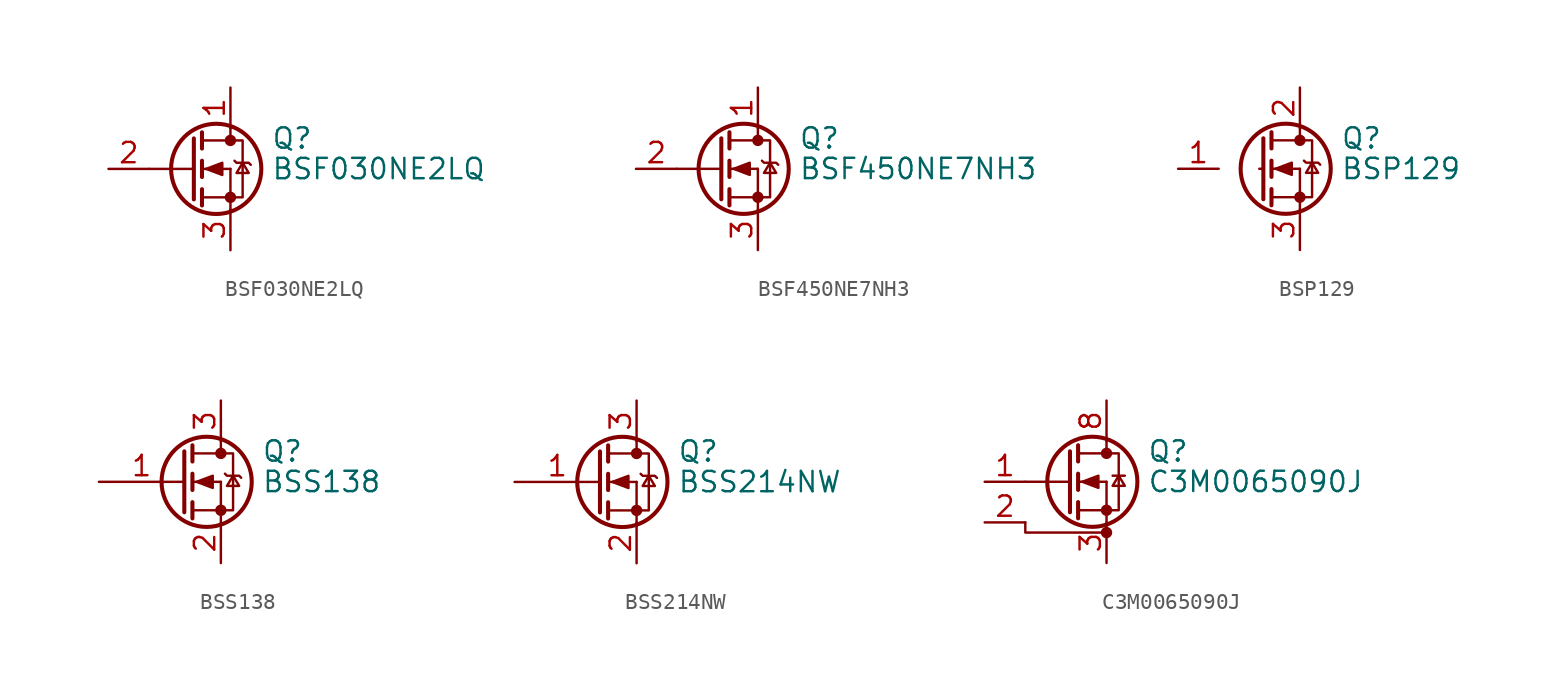
<source format=kicad_sym>
(kicad_symbol_lib
  (version 20201005)
  (generator kicad_symbol_editor)
  (symbol "BSF030NE2LQ"
    (pin_names
      (offset 0) hide)
    (property "Reference" "Q"
      (at 5.08 1.905 0)
      (effects (font (size 1.27 1.27)) (justify left)))
    (property "Value" "BSF030NE2LQ"
      (at 5.08 0 0)
      (effects (font (size 1.27 1.27)) (justify left)))
    (symbol "BSF030NE2LQ_0_1"
      (circle (center 1.651 0) (radius 2.819) (stroke (width 0.254)) (fill (type none)))
      (circle (center 2.54 -1.778) (radius 0.279) (stroke (width 0)) (fill (type outline)))
      (circle (center 2.54 1.778) (radius 0.279) (stroke (width 0)) (fill (type outline)))
      (polyline (pts (xy -2.54 0) (xy 0.254 0)) (stroke (width 0)) (fill (type none)))
      (polyline (pts (xy 0.762 -1.778) (xy 2.54 -1.778)) (stroke (width 0)) (fill (type none)))
      (polyline (pts (xy 0.762 -1.27) (xy 0.762 -2.286)) (stroke (width 0.254)) (fill (type none)))
      (polyline (pts (xy 0.762 0) (xy 2.54 0)) (stroke (width 0)) (fill (type none)))
      (polyline (pts (xy 0.762 0.508) (xy 0.762 -0.508)) (stroke (width 0.254)) (fill (type none)))
      (polyline (pts (xy 0.762 1.778) (xy 2.54 1.778)) (stroke (width 0)) (fill (type none)))
      (polyline (pts (xy 0.762 2.286) (xy 0.762 1.27)) (stroke (width 0.254)) (fill (type none)))
      (polyline (pts (xy 2.54 -1.778) (xy 2.54 -2.54)) (stroke (width 0)) (fill (type none)))
      (polyline (pts (xy 2.54 -1.778) (xy 2.54 0)) (stroke (width 0)) (fill (type none)))
      (polyline (pts (xy 2.54 2.54) (xy 2.54 1.778)) (stroke (width 0)) (fill (type none)))
      (polyline (pts (xy 0.254 1.905) (xy 0.254 -1.905) (xy 0.254 -1.905)) (stroke (width 0.254)) (fill (type none)))
      (polyline (pts (xy 1.016 0) (xy 2.032 0.381) (xy 2.032 -0.381) (xy 1.016 0)) (stroke (width 0)) (fill (type outline)))
      (polyline (pts (xy 2.54 -1.778) (xy 3.302 -1.778) (xy 3.302 1.778) (xy 2.54 1.778)) (stroke (width 0)) (fill (type none)))
      (polyline (pts (xy 2.794 0.508) (xy 2.921 0.381) (xy 3.683 0.381) (xy 3.81 0.254)) (stroke (width 0)) (fill (type none)))
      (polyline (pts (xy 3.302 0.381) (xy 2.921 -0.254) (xy 3.683 -0.254) (xy 3.302 0.381)) (stroke (width 0)) (fill (type none))))
    (symbol "BSF030NE2LQ_1_1"
      (pin passive line (at 2.54 5.08 270) (length 2.54) (name "D" (effects (font (size 1.27 1.27)))) (number "1" (effects (font (size 1.27 1.27)))))
      (pin input line (at -5.08 0 0) (length 2.54) (name "G" (effects (font (size 1.27 1.27)))) (number "2" (effects (font (size 1.27 1.27)))))
      (pin passive line (at 2.54 -5.08 90) (length 2.54) (name "S" (effects (font (size 1.27 1.27)))) (number "3" (effects (font (size 1.27 1.27)))))))
  (symbol "BSF450NE7NH3"
    (pin_names
      (offset 0) hide)
    (property "Reference" "Q"
      (at 5.08 1.905 0)
      (effects (font (size 1.27 1.27)) (justify left)))
    (property "Value" "BSF450NE7NH3"
      (at 5.08 0 0)
      (effects (font (size 1.27 1.27)) (justify left)))
    (symbol "BSF450NE7NH3_0_1"
      (circle (center 1.651 0) (radius 2.819) (stroke (width 0.254)) (fill (type none)))
      (circle (center 2.54 -1.778) (radius 0.279) (stroke (width 0)) (fill (type outline)))
      (circle (center 2.54 1.778) (radius 0.279) (stroke (width 0)) (fill (type outline)))
      (polyline (pts (xy -2.54 0) (xy 0.254 0)) (stroke (width 0)) (fill (type none)))
      (polyline (pts (xy 0.762 -1.778) (xy 2.54 -1.778)) (stroke (width 0)) (fill (type none)))
      (polyline (pts (xy 0.762 -1.27) (xy 0.762 -2.286)) (stroke (width 0.254)) (fill (type none)))
      (polyline (pts (xy 0.762 0) (xy 2.54 0)) (stroke (width 0)) (fill (type none)))
      (polyline (pts (xy 0.762 0.508) (xy 0.762 -0.508)) (stroke (width 0.254)) (fill (type none)))
      (polyline (pts (xy 0.762 1.778) (xy 2.54 1.778)) (stroke (width 0)) (fill (type none)))
      (polyline (pts (xy 0.762 2.286) (xy 0.762 1.27)) (stroke (width 0.254)) (fill (type none)))
      (polyline (pts (xy 2.54 -1.778) (xy 2.54 -2.54)) (stroke (width 0)) (fill (type none)))
      (polyline (pts (xy 2.54 -1.778) (xy 2.54 0)) (stroke (width 0)) (fill (type none)))
      (polyline (pts (xy 2.54 2.54) (xy 2.54 1.778)) (stroke (width 0)) (fill (type none)))
      (polyline (pts (xy 0.254 1.905) (xy 0.254 -1.905) (xy 0.254 -1.905)) (stroke (width 0.254)) (fill (type none)))
      (polyline (pts (xy 1.016 0) (xy 2.032 0.381) (xy 2.032 -0.381) (xy 1.016 0)) (stroke (width 0)) (fill (type outline)))
      (polyline (pts (xy 2.54 -1.778) (xy 3.302 -1.778) (xy 3.302 1.778) (xy 2.54 1.778)) (stroke (width 0)) (fill (type none)))
      (polyline (pts (xy 2.794 0.508) (xy 2.921 0.381) (xy 3.683 0.381) (xy 3.81 0.254)) (stroke (width 0)) (fill (type none)))
      (polyline (pts (xy 3.302 0.381) (xy 2.921 -0.254) (xy 3.683 -0.254) (xy 3.302 0.381)) (stroke (width 0)) (fill (type none))))
    (symbol "BSF450NE7NH3_1_1"
      (pin passive line (at 2.54 5.08 270) (length 2.54) (name "D" (effects (font (size 1.27 1.27)))) (number "1" (effects (font (size 1.27 1.27)))))
      (pin input line (at -5.08 0 0) (length 2.54) (name "G" (effects (font (size 1.27 1.27)))) (number "2" (effects (font (size 1.27 1.27)))))
      (pin passive line (at 2.54 -5.08 90) (length 2.54) (name "S" (effects (font (size 1.27 1.27)))) (number "3" (effects (font (size 1.27 1.27)))))))
  (symbol "BSP129"
    (pin_names
      (offset 0) hide)
    (property "Reference" "Q"
      (at 5.08 1.905 0)
      (effects (font (size 1.27 1.27)) (justify left)))
    (property "Value" "BSP129"
      (at 5.08 0 0)
      (effects (font (size 1.27 1.27)) (justify left)))
    (symbol "BSP129_0_1"
      (circle (center 1.651 0) (radius 2.819) (stroke (width 0.254)) (fill (type none)))
      (circle (center 2.54 -1.778) (radius 0.279) (stroke (width 0)) (fill (type outline)))
      (circle (center 2.54 1.778) (radius 0.279) (stroke (width 0)) (fill (type outline)))
      (polyline (pts (xy 0 0) (xy 0.254 0)) (stroke (width 0)) (fill (type none)))
      (polyline (pts (xy 0.762 -1.778) (xy 2.54 -1.778)) (stroke (width 0)) (fill (type none)))
      (polyline (pts (xy 0.762 -1.27) (xy 0.762 -2.286)) (stroke (width 0.254)) (fill (type none)))
      (polyline (pts (xy 0.762 0) (xy 2.54 0)) (stroke (width 0)) (fill (type none)))
      (polyline (pts (xy 0.762 0.508) (xy 0.762 -0.508)) (stroke (width 0.254)) (fill (type none)))
      (polyline (pts (xy 0.762 1.778) (xy 2.54 1.778)) (stroke (width 0)) (fill (type none)))
      (polyline (pts (xy 0.762 2.286) (xy 0.762 1.27)) (stroke (width 0.254)) (fill (type none)))
      (polyline (pts (xy 2.54 -1.778) (xy 2.54 -2.54)) (stroke (width 0)) (fill (type none)))
      (polyline (pts (xy 2.54 -1.778) (xy 2.54 0)) (stroke (width 0)) (fill (type none)))
      (polyline (pts (xy 2.54 2.54) (xy 2.54 1.778)) (stroke (width 0)) (fill (type none)))
      (polyline (pts (xy 0.254 1.905) (xy 0.254 -1.905) (xy 0.254 -1.905)) (stroke (width 0.254)) (fill (type none)))
      (polyline (pts (xy 1.016 0) (xy 2.032 0.381) (xy 2.032 -0.381) (xy 1.016 0)) (stroke (width 0)) (fill (type outline)))
      (polyline (pts (xy 2.54 -1.778) (xy 3.302 -1.778) (xy 3.302 1.778) (xy 2.54 1.778)) (stroke (width 0)) (fill (type none)))
      (polyline (pts (xy 2.794 0.508) (xy 2.921 0.381) (xy 3.683 0.381) (xy 3.81 0.254)) (stroke (width 0)) (fill (type none)))
      (polyline (pts (xy 3.302 0.381) (xy 2.921 -0.254) (xy 3.683 -0.254) (xy 3.302 0.381)) (stroke (width 0)) (fill (type none))))
    (symbol "BSP129_1_1"
      (pin input line (at -5.08 0 0) (length 2.54) (name "G" (effects (font (size 1.27 1.27)))) (number "1" (effects (font (size 1.27 1.27)))))
      (pin passive line (at 2.54 5.08 270) (length 2.54) (name "D" (effects (font (size 1.27 1.27)))) (number "2" (effects (font (size 1.27 1.27)))))
      (pin passive line (at 2.54 -5.08 90) (length 2.54) (name "S" (effects (font (size 1.27 1.27)))) (number "3" (effects (font (size 1.27 1.27)))))))
  (symbol "BSS138"
    (pin_names
      (offset 0) hide)
    (property "Reference" "Q"
      (at 5.08 1.905 0)
      (effects (font (size 1.27 1.27)) (justify left)))
    (property "Value" "BSS138"
      (at 5.08 0 0)
      (effects (font (size 1.27 1.27)) (justify left)))
    (symbol "BSS138_0_1"
      (circle (center 1.651 0) (radius 2.819) (stroke (width 0.254)) (fill (type none)))
      (circle (center 2.54 -1.778) (radius 0.279) (stroke (width 0)) (fill (type outline)))
      (circle (center 2.54 1.778) (radius 0.279) (stroke (width 0)) (fill (type outline)))
      (polyline (pts (xy 0.762 -1.778) (xy 2.54 -1.778)) (stroke (width 0)) (fill (type none)))
      (polyline (pts (xy 0.762 -1.27) (xy 0.762 -2.286)) (stroke (width 0.254)) (fill (type none)))
      (polyline (pts (xy 0.762 0) (xy 2.54 0)) (stroke (width 0)) (fill (type none)))
      (polyline (pts (xy 0.762 0.508) (xy 0.762 -0.508)) (stroke (width 0.254)) (fill (type none)))
      (polyline (pts (xy 0.762 1.778) (xy 2.54 1.778)) (stroke (width 0)) (fill (type none)))
      (polyline (pts (xy 0.762 2.286) (xy 0.762 1.27)) (stroke (width 0.254)) (fill (type none)))
      (polyline (pts (xy 2.54 -1.778) (xy 2.54 -2.54)) (stroke (width 0)) (fill (type none)))
      (polyline (pts (xy 2.54 -1.778) (xy 2.54 0)) (stroke (width 0)) (fill (type none)))
      (polyline (pts (xy 2.54 2.54) (xy 2.54 1.778)) (stroke (width 0)) (fill (type none)))
      (polyline (pts (xy 0.254 1.905) (xy 0.254 -1.905) (xy 0.254 -1.905)) (stroke (width 0.254)) (fill (type none)))
      (polyline (pts (xy 1.016 0) (xy 2.032 0.381) (xy 2.032 -0.381) (xy 1.016 0)) (stroke (width 0)) (fill (type outline)))
      (polyline (pts (xy 2.54 -1.778) (xy 3.302 -1.778) (xy 3.302 1.778) (xy 2.54 1.778)) (stroke (width 0)) (fill (type none)))
      (polyline (pts (xy 2.794 0.508) (xy 2.921 0.381) (xy 3.683 0.381) (xy 3.81 0.254)) (stroke (width 0)) (fill (type none)))
      (polyline (pts (xy 3.302 0.381) (xy 2.921 -0.254) (xy 3.683 -0.254) (xy 3.302 0.381)) (stroke (width 0)) (fill (type none))))
    (symbol "BSS138_1_1"
      (pin input line (at -5.08 0 0) (length 5.334) (name "G" (effects (font (size 1.27 1.27)))) (number "1" (effects (font (size 1.27 1.27)))))
      (pin passive line (at 2.54 -5.08 90) (length 2.54) (name "S" (effects (font (size 1.27 1.27)))) (number "2" (effects (font (size 1.27 1.27)))))
      (pin passive line (at 2.54 5.08 270) (length 2.54) (name "D" (effects (font (size 1.27 1.27)))) (number "3" (effects (font (size 1.27 1.27)))))))
  (symbol "BSS214NW"
    (pin_names
      (offset 0) hide)
    (property "Reference" "Q"
      (at 5.08 1.905 0)
      (effects (font (size 1.27 1.27)) (justify left)))
    (property "Value" "BSS214NW"
      (at 5.08 0 0)
      (effects (font (size 1.27 1.27)) (justify left)))
    (symbol "BSS214NW_0_1"
      (circle (center 1.651 0) (radius 2.819) (stroke (width 0.254)) (fill (type none)))
      (circle (center 2.54 -1.778) (radius 0.279) (stroke (width 0)) (fill (type outline)))
      (circle (center 2.54 1.778) (radius 0.279) (stroke (width 0)) (fill (type outline)))
      (polyline (pts (xy 0.762 -1.778) (xy 2.54 -1.778)) (stroke (width 0)) (fill (type none)))
      (polyline (pts (xy 0.762 -1.27) (xy 0.762 -2.286)) (stroke (width 0.254)) (fill (type none)))
      (polyline (pts (xy 0.762 0) (xy 2.54 0)) (stroke (width 0)) (fill (type none)))
      (polyline (pts (xy 0.762 0.508) (xy 0.762 -0.508)) (stroke (width 0.254)) (fill (type none)))
      (polyline (pts (xy 0.762 1.778) (xy 2.54 1.778)) (stroke (width 0)) (fill (type none)))
      (polyline (pts (xy 0.762 2.286) (xy 0.762 1.27)) (stroke (width 0.254)) (fill (type none)))
      (polyline (pts (xy 2.54 -1.778) (xy 2.54 -2.54)) (stroke (width 0)) (fill (type none)))
      (polyline (pts (xy 2.54 -1.778) (xy 2.54 0)) (stroke (width 0)) (fill (type none)))
      (polyline (pts (xy 2.54 2.54) (xy 2.54 1.778)) (stroke (width 0)) (fill (type none)))
      (polyline (pts (xy 0.254 1.905) (xy 0.254 -1.905) (xy 0.254 -1.905)) (stroke (width 0.254)) (fill (type none)))
      (polyline (pts (xy 1.016 0) (xy 2.032 0.381) (xy 2.032 -0.381) (xy 1.016 0)) (stroke (width 0)) (fill (type outline)))
      (polyline (pts (xy 2.54 -1.778) (xy 3.302 -1.778) (xy 3.302 1.778) (xy 2.54 1.778)) (stroke (width 0)) (fill (type none)))
      (polyline (pts (xy 2.794 0.508) (xy 2.921 0.381) (xy 3.683 0.381) (xy 3.81 0.254)) (stroke (width 0)) (fill (type none)))
      (polyline (pts (xy 3.302 0.381) (xy 2.921 -0.254) (xy 3.683 -0.254) (xy 3.302 0.381)) (stroke (width 0)) (fill (type none))))
    (symbol "BSS214NW_1_1"
      (pin input line (at -5.08 0 0) (length 5.334) (name "G" (effects (font (size 1.27 1.27)))) (number "1" (effects (font (size 1.27 1.27)))))
      (pin passive line (at 2.54 -5.08 90) (length 2.54) (name "S" (effects (font (size 1.27 1.27)))) (number "2" (effects (font (size 1.27 1.27)))))
      (pin passive line (at 2.54 5.08 270) (length 2.54) (name "D" (effects (font (size 1.27 1.27)))) (number "3" (effects (font (size 1.27 1.27)))))))
  (symbol "C3M0065090J"
    (pin_names
      (offset 0) hide)
    (property "Reference" "Q"
      (at 5.08 1.905 0)
      (effects (font (size 1.27 1.27)) (justify left)))
    (property "Value" "C3M0065090J"
      (at 5.08 0 0)
      (effects (font (size 1.27 1.27)) (justify left)))
    (symbol "C3M0065090J_0_1"
      (circle (center 1.651 0) (radius 2.819) (stroke (width 0.254)) (fill (type none)))
      (circle (center 2.54 -3.175) (radius 0.279) (stroke (width 0)) (fill (type outline)))
      (circle (center 2.54 -1.778) (radius 0.279) (stroke (width 0)) (fill (type outline)))
      (circle (center 2.54 1.778) (radius 0.279) (stroke (width 0)) (fill (type outline)))
      (polyline (pts (xy -2.54 0) (xy 0.254 0)) (stroke (width 0)) (fill (type none)))
      (polyline (pts (xy 0.762 -1.778) (xy 2.54 -1.778)) (stroke (width 0)) (fill (type none)))
      (polyline (pts (xy 0.762 -1.27) (xy 0.762 -2.286)) (stroke (width 0.254)) (fill (type none)))
      (polyline (pts (xy 0.762 0) (xy 2.54 0)) (stroke (width 0)) (fill (type none)))
      (polyline (pts (xy 0.762 0.508) (xy 0.762 -0.508)) (stroke (width 0.254)) (fill (type none)))
      (polyline (pts (xy 0.762 1.778) (xy 2.54 1.778)) (stroke (width 0)) (fill (type none)))
      (polyline (pts (xy 0.762 2.286) (xy 0.762 1.27)) (stroke (width 0.254)) (fill (type none)))
      (polyline (pts (xy 2.54 -1.778) (xy 2.54 -2.54)) (stroke (width 0)) (fill (type none)))
      (polyline (pts (xy 2.54 -1.778) (xy 2.54 0)) (stroke (width 0)) (fill (type none)))
      (polyline (pts (xy 2.54 2.54) (xy 2.54 1.778)) (stroke (width 0)) (fill (type none)))
      (polyline (pts (xy 3.683 0.381) (xy 2.921 0.381)) (stroke (width 0)) (fill (type none)))
      (polyline (pts (xy -2.54 -2.54) (xy -2.54 -3.175) (xy 2.54 -3.175)) (stroke (width 0)) (fill (type none)))
      (polyline (pts (xy 0.254 1.905) (xy 0.254 -1.905) (xy 0.254 -1.905)) (stroke (width 0.254)) (fill (type none)))
      (polyline (pts (xy 1.016 0) (xy 2.032 0.381) (xy 2.032 -0.381) (xy 1.016 0)) (stroke (width 0)) (fill (type outline)))
      (polyline (pts (xy 2.54 -1.778) (xy 3.302 -1.778) (xy 3.302 1.778) (xy 2.54 1.778)) (stroke (width 0)) (fill (type none)))
      (polyline (pts (xy 3.302 0.381) (xy 2.921 -0.254) (xy 3.683 -0.254) (xy 3.302 0.381)) (stroke (width 0)) (fill (type none))))
    (symbol "C3M0065090J_1_1"
      (pin input line (at -5.08 0 0) (length 2.54) (name "G" (effects (font (size 1.27 1.27)))) (number "1" (effects (font (size 1.27 1.27)))))
      (pin passive line (at -5.08 -2.54 0) (length 2.54) (name "DS" (effects (font (size 1.27 1.27)))) (number "2" (effects (font (size 1.27 1.27)))))
      (pin passive line (at 2.54 -5.08 90) (length 2.54) (name "S" (effects (font (size 1.27 1.27)))) (number "3" (effects (font (size 1.27 1.27)))))
      (pin passive line (at 2.54 -5.08 90) (length 2.54) hide (name "S" (effects (font (size 1.27 1.27)))) (number "4" (effects (font (size 1.27 1.27)))))
      (pin passive line (at 2.54 -5.08 90) (length 2.54) hide (name "S" (effects (font (size 1.27 1.27)))) (number "5" (effects (font (size 1.27 1.27)))))
      (pin passive line (at 2.54 -5.08 90) (length 2.54) hide (name "S" (effects (font (size 1.27 1.27)))) (number "6" (effects (font (size 1.27 1.27)))))
      (pin passive line (at 2.54 -5.08 90) (length 2.54) hide (name "S" (effects (font (size 1.27 1.27)))) (number "7" (effects (font (size 1.27 1.27)))))
      (pin passive line (at 2.54 5.08 270) (length 2.54) (name "D" (effects (font (size 1.27 1.27)))) (number "8" (effects (font (size 1.27 1.27))))))))
</source>
